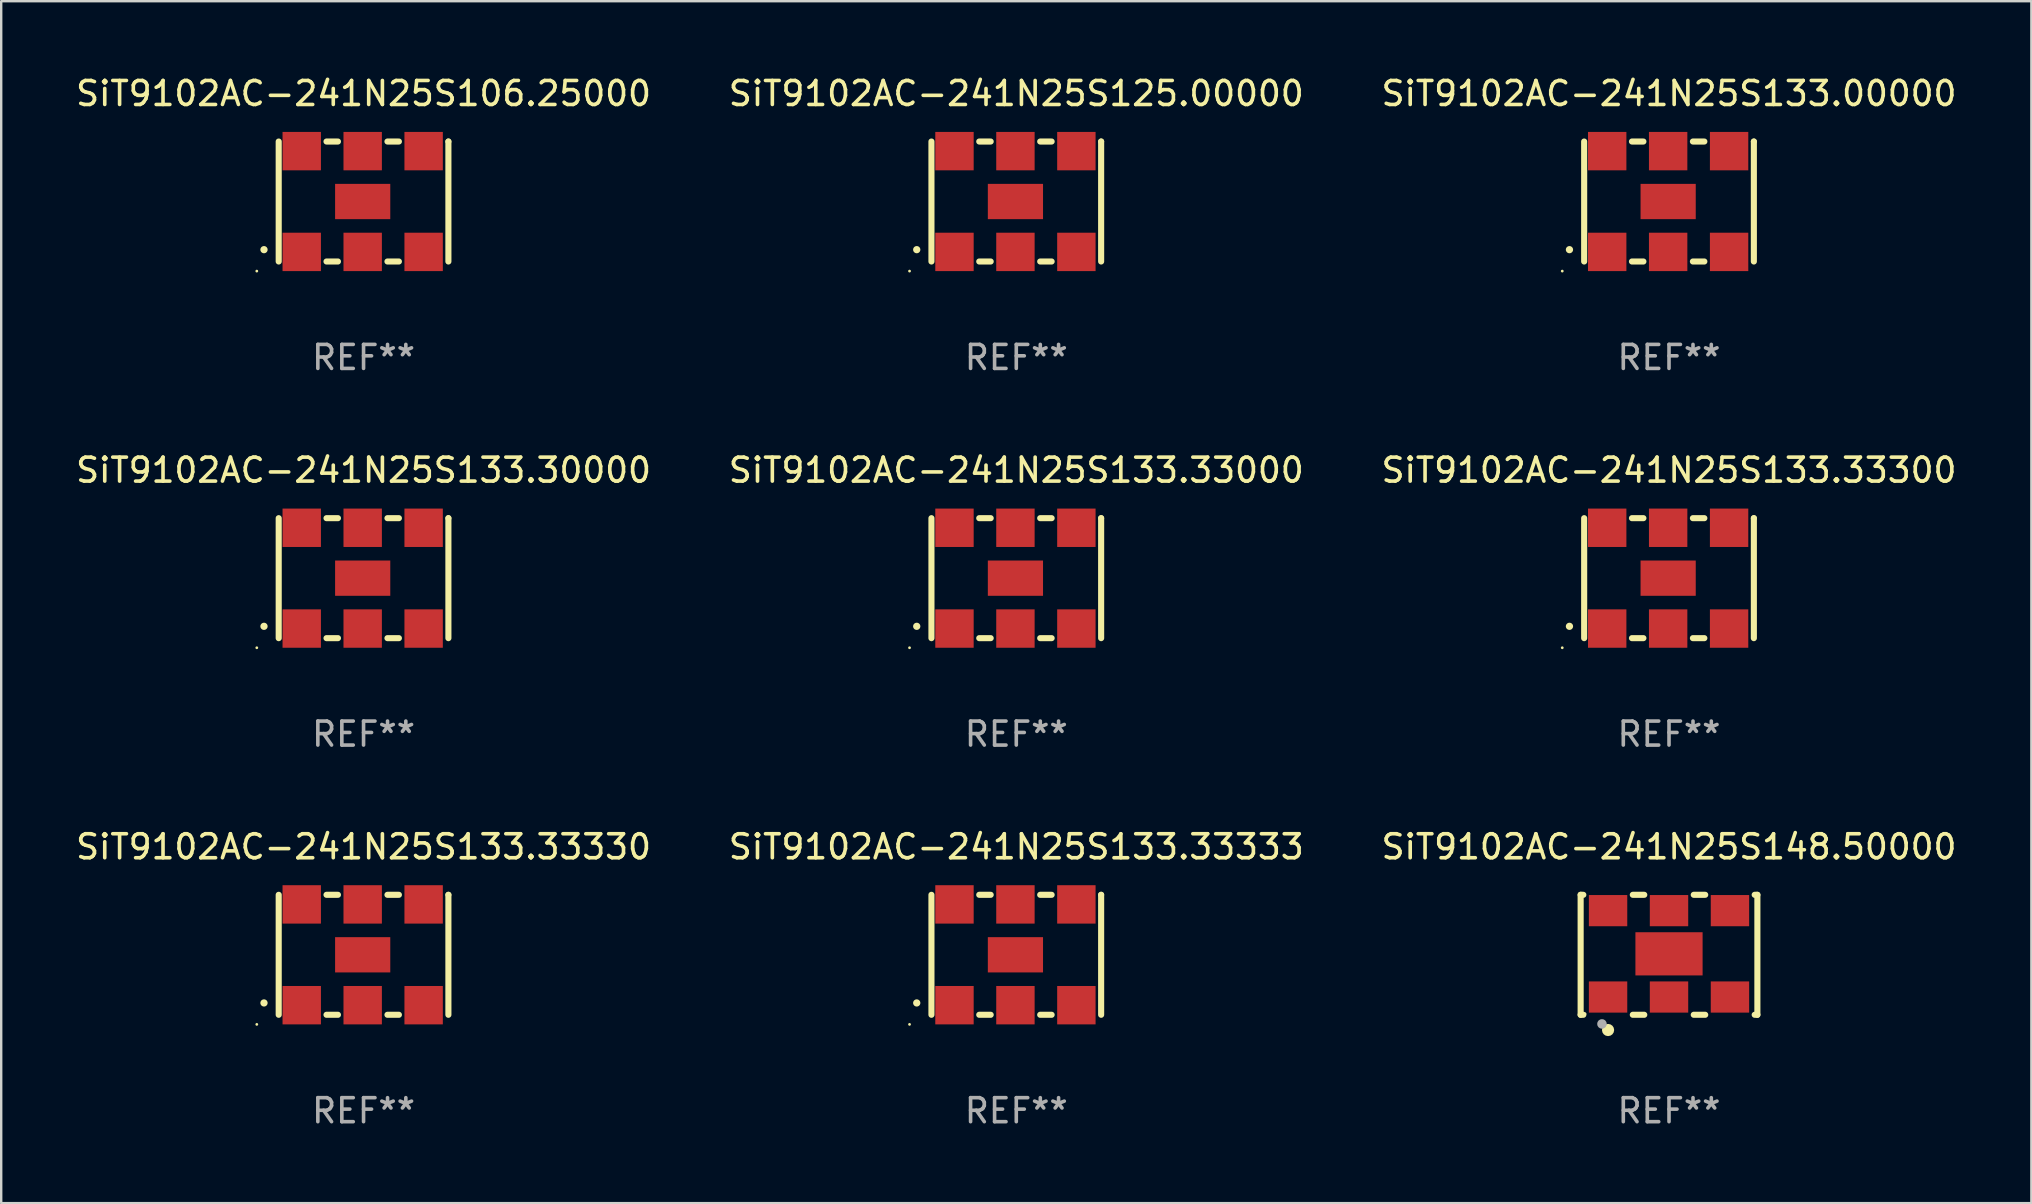
<source format=kicad_pcb>
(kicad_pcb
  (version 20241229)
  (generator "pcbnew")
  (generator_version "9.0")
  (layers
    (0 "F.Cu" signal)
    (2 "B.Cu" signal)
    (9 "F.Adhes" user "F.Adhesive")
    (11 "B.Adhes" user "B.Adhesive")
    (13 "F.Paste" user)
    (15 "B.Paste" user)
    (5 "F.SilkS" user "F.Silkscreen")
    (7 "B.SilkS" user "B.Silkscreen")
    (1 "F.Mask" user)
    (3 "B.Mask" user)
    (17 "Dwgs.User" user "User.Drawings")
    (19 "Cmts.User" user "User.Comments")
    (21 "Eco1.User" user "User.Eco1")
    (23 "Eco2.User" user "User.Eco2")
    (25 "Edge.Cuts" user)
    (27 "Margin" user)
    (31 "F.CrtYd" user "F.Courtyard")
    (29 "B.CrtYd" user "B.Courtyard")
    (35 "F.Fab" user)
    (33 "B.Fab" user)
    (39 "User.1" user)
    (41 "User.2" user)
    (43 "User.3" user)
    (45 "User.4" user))
  (footprint "SiT9102AC-241N25S133.33000"
    (layer "F.Cu")
    (at 39.304 21.045)
    (property "Reference" "SiT9102AC-241N25S133.33000" (at 0 -4.5 0) (layer "F.SilkS") (effects (font (size 1 1) (thickness 0.15))))
    (attr through_hole)
    (fp_line (start -3.536 -2.5) (end -3.536 2.5) (stroke (width 0.254) (type solid)) (layer "F.SilkS"))
    (fp_line (start -1.544 2.5) (end -1.067 2.5) (stroke (width 0.254) (type solid)) (layer "F.SilkS"))
    (fp_line (start -1.067 -2.5) (end -1.544 -2.5) (stroke (width 0.254) (type solid)) (layer "F.SilkS"))
    (fp_line (start 0.996 2.5) (end 1.473 2.5) (stroke (width 0.254) (type solid)) (layer "F.SilkS"))
    (fp_line (start 1.473 -2.5) (end 0.996 -2.5) (stroke (width 0.254) (type solid)) (layer "F.SilkS"))
    (fp_line (start 3.536 -2.5) (end 3.536 -2.5) (stroke (width 0.254) (type solid)) (layer "F.SilkS"))
    (fp_line (start 3.536 2.5) (end 3.536 -2.5) (stroke (width 0.254) (type solid)) (layer "F.SilkS"))
    (fp_arc (start -4.150432 2.006604) (mid -4.149162 2.006599) (end -4.147892 2.006604) (stroke (width 0.3) (type solid)) (layer "F.SilkS"))
    (fp_circle (center -4.449 2.9) (end -4.419 2.9) (stroke (width 0.06) (type solid)) (fill no) (layer "F.SilkS"))
    (fp_text user "REF**" (at 0 6.5 0) (layer "F.Fab") (effects (font (size 1 1) (thickness 0.15))))
    (pad "1" smd rect (at -2.576 2.1) (size 1.6 1.6) (layers "F.Cu" "F.Mask" "F.Paste"))
    (pad "2" smd rect (at -0.036 2.1) (size 1.6 1.6) (layers "F.Cu" "F.Mask" "F.Paste"))
    (pad "3" smd rect (at 2.504 2.1) (size 1.6 1.6) (layers "F.Cu" "F.Mask" "F.Paste"))
    (pad "4" smd rect (at 2.504 -2.1) (size 1.6 1.6) (layers "F.Cu" "F.Mask" "F.Paste"))
    (pad "5" smd rect (at -0.036 -2.1) (size 1.6 1.6) (layers "F.Cu" "F.Mask" "F.Paste"))
    (pad "6" smd rect (at -2.576 -2.1) (size 1.6 1.6) (layers "F.Cu" "F.Mask" "F.Paste"))
    (pad "7" smd rect (at -0.036 0) (size 2.3 1.47) (layers "F.Cu" "F.Mask" "F.Paste")))
  (footprint "SiT9102AC-241N25S133.33330"
    (layer "F.Cu")
    (at 12.101 36.741)
    (property "Reference" "SiT9102AC-241N25S133.33330" (at 0 -4.5 0) (layer "F.SilkS") (effects (font (size 1 1) (thickness 0.15))))
    (attr through_hole)
    (fp_line (start -3.536 -2.5) (end -3.536 2.5) (stroke (width 0.254) (type solid)) (layer "F.SilkS"))
    (fp_line (start -1.544 2.5) (end -1.067 2.5) (stroke (width 0.254) (type solid)) (layer "F.SilkS"))
    (fp_line (start -1.067 -2.5) (end -1.544 -2.5) (stroke (width 0.254) (type solid)) (layer "F.SilkS"))
    (fp_line (start 0.996 2.5) (end 1.473 2.5) (stroke (width 0.254) (type solid)) (layer "F.SilkS"))
    (fp_line (start 1.473 -2.5) (end 0.996 -2.5) (stroke (width 0.254) (type solid)) (layer "F.SilkS"))
    (fp_line (start 3.536 -2.5) (end 3.536 -2.5) (stroke (width 0.254) (type solid)) (layer "F.SilkS"))
    (fp_line (start 3.536 2.5) (end 3.536 -2.5) (stroke (width 0.254) (type solid)) (layer "F.SilkS"))
    (fp_arc (start -4.150432 2.006604) (mid -4.149162 2.006599) (end -4.147892 2.006604) (stroke (width 0.3) (type solid)) (layer "F.SilkS"))
    (fp_circle (center -4.449 2.9) (end -4.419 2.9) (stroke (width 0.06) (type solid)) (fill no) (layer "F.SilkS"))
    (fp_text user "REF**" (at 0 6.5 0) (layer "F.Fab") (effects (font (size 1 1) (thickness 0.15))))
    (pad "1" smd rect (at -2.576 2.1) (size 1.6 1.6) (layers "F.Cu" "F.Mask" "F.Paste"))
    (pad "2" smd rect (at -0.036 2.1) (size 1.6 1.6) (layers "F.Cu" "F.Mask" "F.Paste"))
    (pad "3" smd rect (at 2.504 2.1) (size 1.6 1.6) (layers "F.Cu" "F.Mask" "F.Paste"))
    (pad "4" smd rect (at 2.504 -2.1) (size 1.6 1.6) (layers "F.Cu" "F.Mask" "F.Paste"))
    (pad "5" smd rect (at -0.036 -2.1) (size 1.6 1.6) (layers "F.Cu" "F.Mask" "F.Paste"))
    (pad "6" smd rect (at -2.576 -2.1) (size 1.6 1.6) (layers "F.Cu" "F.Mask" "F.Paste"))
    (pad "7" smd rect (at -0.036 0) (size 2.3 1.47) (layers "F.Cu" "F.Mask" "F.Paste")))
  (footprint "SiT9102AC-241N25S133.00000"
    (layer "F.Cu")
    (at 66.506 5.348)
    (property "Reference" "SiT9102AC-241N25S133.00000" (at 0 -4.5 0) (layer "F.SilkS") (effects (font (size 1 1) (thickness 0.15))))
    (attr through_hole)
    (fp_line (start -3.536 -2.5) (end -3.536 2.5) (stroke (width 0.254) (type solid)) (layer "F.SilkS"))
    (fp_line (start -1.544 2.5) (end -1.067 2.5) (stroke (width 0.254) (type solid)) (layer "F.SilkS"))
    (fp_line (start -1.067 -2.5) (end -1.544 -2.5) (stroke (width 0.254) (type solid)) (layer "F.SilkS"))
    (fp_line (start 0.996 2.5) (end 1.473 2.5) (stroke (width 0.254) (type solid)) (layer "F.SilkS"))
    (fp_line (start 1.473 -2.5) (end 0.996 -2.5) (stroke (width 0.254) (type solid)) (layer "F.SilkS"))
    (fp_line (start 3.536 -2.5) (end 3.536 -2.5) (stroke (width 0.254) (type solid)) (layer "F.SilkS"))
    (fp_line (start 3.536 2.5) (end 3.536 -2.5) (stroke (width 0.254) (type solid)) (layer "F.SilkS"))
    (fp_arc (start -4.150432 2.006604) (mid -4.149162 2.006599) (end -4.147892 2.006604) (stroke (width 0.3) (type solid)) (layer "F.SilkS"))
    (fp_circle (center -4.449 2.9) (end -4.419 2.9) (stroke (width 0.06) (type solid)) (fill no) (layer "F.SilkS"))
    (fp_text user "REF**" (at 0 6.5 0) (layer "F.Fab") (effects (font (size 1 1) (thickness 0.15))))
    (pad "1" smd rect (at -2.576 2.1) (size 1.6 1.6) (layers "F.Cu" "F.Mask" "F.Paste"))
    (pad "2" smd rect (at -0.036 2.1) (size 1.6 1.6) (layers "F.Cu" "F.Mask" "F.Paste"))
    (pad "3" smd rect (at 2.504 2.1) (size 1.6 1.6) (layers "F.Cu" "F.Mask" "F.Paste"))
    (pad "4" smd rect (at 2.504 -2.1) (size 1.6 1.6) (layers "F.Cu" "F.Mask" "F.Paste"))
    (pad "5" smd rect (at -0.036 -2.1) (size 1.6 1.6) (layers "F.Cu" "F.Mask" "F.Paste"))
    (pad "6" smd rect (at -2.576 -2.1) (size 1.6 1.6) (layers "F.Cu" "F.Mask" "F.Paste"))
    (pad "7" smd rect (at -0.036 0) (size 2.3 1.47) (layers "F.Cu" "F.Mask" "F.Paste")))
  (footprint "SiT9102AC-241N25S133.30000"
    (layer "F.Cu")
    (at 12.101 21.045)
    (property "Reference" "SiT9102AC-241N25S133.30000" (at 0 -4.5 0) (layer "F.SilkS") (effects (font (size 1 1) (thickness 0.15))))
    (attr through_hole)
    (fp_line (start -3.536 -2.5) (end -3.536 2.5) (stroke (width 0.254) (type solid)) (layer "F.SilkS"))
    (fp_line (start -1.544 2.5) (end -1.067 2.5) (stroke (width 0.254) (type solid)) (layer "F.SilkS"))
    (fp_line (start -1.067 -2.5) (end -1.544 -2.5) (stroke (width 0.254) (type solid)) (layer "F.SilkS"))
    (fp_line (start 0.996 2.5) (end 1.473 2.5) (stroke (width 0.254) (type solid)) (layer "F.SilkS"))
    (fp_line (start 1.473 -2.5) (end 0.996 -2.5) (stroke (width 0.254) (type solid)) (layer "F.SilkS"))
    (fp_line (start 3.536 -2.5) (end 3.536 -2.5) (stroke (width 0.254) (type solid)) (layer "F.SilkS"))
    (fp_line (start 3.536 2.5) (end 3.536 -2.5) (stroke (width 0.254) (type solid)) (layer "F.SilkS"))
    (fp_arc (start -4.150432 2.006604) (mid -4.149162 2.006599) (end -4.147892 2.006604) (stroke (width 0.3) (type solid)) (layer "F.SilkS"))
    (fp_circle (center -4.449 2.9) (end -4.419 2.9) (stroke (width 0.06) (type solid)) (fill no) (layer "F.SilkS"))
    (fp_text user "REF**" (at 0 6.5 0) (layer "F.Fab") (effects (font (size 1 1) (thickness 0.15))))
    (pad "1" smd rect (at -2.576 2.1) (size 1.6 1.6) (layers "F.Cu" "F.Mask" "F.Paste"))
    (pad "2" smd rect (at -0.036 2.1) (size 1.6 1.6) (layers "F.Cu" "F.Mask" "F.Paste"))
    (pad "3" smd rect (at 2.504 2.1) (size 1.6 1.6) (layers "F.Cu" "F.Mask" "F.Paste"))
    (pad "4" smd rect (at 2.504 -2.1) (size 1.6 1.6) (layers "F.Cu" "F.Mask" "F.Paste"))
    (pad "5" smd rect (at -0.036 -2.1) (size 1.6 1.6) (layers "F.Cu" "F.Mask" "F.Paste"))
    (pad "6" smd rect (at -2.576 -2.1) (size 1.6 1.6) (layers "F.Cu" "F.Mask" "F.Paste"))
    (pad "7" smd rect (at -0.036 0) (size 2.3 1.47) (layers "F.Cu" "F.Mask" "F.Paste")))
  (footprint "SiT9102AC-241N25S106.25000"
    (layer "F.Cu")
    (at 12.101 5.348)
    (property "Reference" "SiT9102AC-241N25S106.25000" (at 0 -4.5 0) (layer "F.SilkS") (effects (font (size 1 1) (thickness 0.15))))
    (attr through_hole)
    (fp_line (start -3.536 -2.5) (end -3.536 2.5) (stroke (width 0.254) (type solid)) (layer "F.SilkS"))
    (fp_line (start -1.544 2.5) (end -1.067 2.5) (stroke (width 0.254) (type solid)) (layer "F.SilkS"))
    (fp_line (start -1.067 -2.5) (end -1.544 -2.5) (stroke (width 0.254) (type solid)) (layer "F.SilkS"))
    (fp_line (start 0.996 2.5) (end 1.473 2.5) (stroke (width 0.254) (type solid)) (layer "F.SilkS"))
    (fp_line (start 1.473 -2.5) (end 0.996 -2.5) (stroke (width 0.254) (type solid)) (layer "F.SilkS"))
    (fp_line (start 3.536 -2.5) (end 3.536 -2.5) (stroke (width 0.254) (type solid)) (layer "F.SilkS"))
    (fp_line (start 3.536 2.5) (end 3.536 -2.5) (stroke (width 0.254) (type solid)) (layer "F.SilkS"))
    (fp_arc (start -4.150432 2.006604) (mid -4.149162 2.006599) (end -4.147892 2.006604) (stroke (width 0.3) (type solid)) (layer "F.SilkS"))
    (fp_circle (center -4.449 2.9) (end -4.419 2.9) (stroke (width 0.06) (type solid)) (fill no) (layer "F.SilkS"))
    (fp_text user "REF**" (at 0 6.5 0) (layer "F.Fab") (effects (font (size 1 1) (thickness 0.15))))
    (pad "1" smd rect (at -2.576 2.1) (size 1.6 1.6) (layers "F.Cu" "F.Mask" "F.Paste"))
    (pad "2" smd rect (at -0.036 2.1) (size 1.6 1.6) (layers "F.Cu" "F.Mask" "F.Paste"))
    (pad "3" smd rect (at 2.504 2.1) (size 1.6 1.6) (layers "F.Cu" "F.Mask" "F.Paste"))
    (pad "4" smd rect (at 2.504 -2.1) (size 1.6 1.6) (layers "F.Cu" "F.Mask" "F.Paste"))
    (pad "5" smd rect (at -0.036 -2.1) (size 1.6 1.6) (layers "F.Cu" "F.Mask" "F.Paste"))
    (pad "6" smd rect (at -2.576 -2.1) (size 1.6 1.6) (layers "F.Cu" "F.Mask" "F.Paste"))
    (pad "7" smd rect (at -0.036 0) (size 2.3 1.47) (layers "F.Cu" "F.Mask" "F.Paste")))
  (footprint "SiT9102AC-241N25S125.00000"
    (layer "F.Cu")
    (at 39.304 5.348)
    (property "Reference" "SiT9102AC-241N25S125.00000" (at 0 -4.5 0) (layer "F.SilkS") (effects (font (size 1 1) (thickness 0.15))))
    (attr through_hole)
    (fp_line (start -3.536 -2.5) (end -3.536 2.5) (stroke (width 0.254) (type solid)) (layer "F.SilkS"))
    (fp_line (start -1.544 2.5) (end -1.067 2.5) (stroke (width 0.254) (type solid)) (layer "F.SilkS"))
    (fp_line (start -1.067 -2.5) (end -1.544 -2.5) (stroke (width 0.254) (type solid)) (layer "F.SilkS"))
    (fp_line (start 0.996 2.5) (end 1.473 2.5) (stroke (width 0.254) (type solid)) (layer "F.SilkS"))
    (fp_line (start 1.473 -2.5) (end 0.996 -2.5) (stroke (width 0.254) (type solid)) (layer "F.SilkS"))
    (fp_line (start 3.536 -2.5) (end 3.536 -2.5) (stroke (width 0.254) (type solid)) (layer "F.SilkS"))
    (fp_line (start 3.536 2.5) (end 3.536 -2.5) (stroke (width 0.254) (type solid)) (layer "F.SilkS"))
    (fp_arc (start -4.150432 2.006604) (mid -4.149162 2.006599) (end -4.147892 2.006604) (stroke (width 0.3) (type solid)) (layer "F.SilkS"))
    (fp_circle (center -4.449 2.9) (end -4.419 2.9) (stroke (width 0.06) (type solid)) (fill no) (layer "F.SilkS"))
    (fp_text user "REF**" (at 0 6.5 0) (layer "F.Fab") (effects (font (size 1 1) (thickness 0.15))))
    (pad "1" smd rect (at -2.576 2.1) (size 1.6 1.6) (layers "F.Cu" "F.Mask" "F.Paste"))
    (pad "2" smd rect (at -0.036 2.1) (size 1.6 1.6) (layers "F.Cu" "F.Mask" "F.Paste"))
    (pad "3" smd rect (at 2.504 2.1) (size 1.6 1.6) (layers "F.Cu" "F.Mask" "F.Paste"))
    (pad "4" smd rect (at 2.504 -2.1) (size 1.6 1.6) (layers "F.Cu" "F.Mask" "F.Paste"))
    (pad "5" smd rect (at -0.036 -2.1) (size 1.6 1.6) (layers "F.Cu" "F.Mask" "F.Paste"))
    (pad "6" smd rect (at -2.576 -2.1) (size 1.6 1.6) (layers "F.Cu" "F.Mask" "F.Paste"))
    (pad "7" smd rect (at -0.036 0) (size 2.3 1.47) (layers "F.Cu" "F.Mask" "F.Paste")))
  (footprint "SiT9102AC-241N25S148.50000"
    (layer "F.Cu")
    (at 66.506 36.741)
    (property "Reference" "SiT9102AC-241N25S148.50000" (at 0 -4.5 0) (layer "F.SilkS") (effects (font (size 1 1) (thickness 0.15))))
    (attr through_hole)
    (fp_line (start -3.683 -2.5) (end -3.571 -2.5) (stroke (width 0.254) (type solid)) (layer "F.SilkS"))
    (fp_line (start -3.683 2.5) (end -3.683 -2.5) (stroke (width 0.254) (type solid)) (layer "F.SilkS"))
    (fp_line (start -3.683 2.5) (end -3.571 2.5) (stroke (width 0.254) (type solid)) (layer "F.SilkS"))
    (fp_line (start -1.509 -2.5) (end -1.031 -2.5) (stroke (width 0.254) (type solid)) (layer "F.SilkS"))
    (fp_line (start -1.509 2.5) (end -1.031 2.5) (stroke (width 0.254) (type solid)) (layer "F.SilkS"))
    (fp_line (start 1.031 -2.5) (end 1.509 -2.5) (stroke (width 0.254) (type solid)) (layer "F.SilkS"))
    (fp_line (start 1.031 2.5) (end 1.509 2.5) (stroke (width 0.254) (type solid)) (layer "F.SilkS"))
    (fp_line (start 3.571 -2.5) (end 3.683 -2.5) (stroke (width 0.254) (type solid)) (layer "F.SilkS"))
    (fp_line (start 3.571 2.5) (end 3.683 2.5) (stroke (width 0.254) (type solid)) (layer "F.SilkS"))
    (fp_line (start 3.683 2.5) (end 3.683 -2.5) (stroke (width 0.254) (type solid)) (layer "F.SilkS"))
    (fp_circle (center -3.5 2.46) (end -3.47 2.46) (stroke (width 0.06) (type solid)) (fill no) (layer "F.SilkS"))
    (fp_circle (center -2.54 3.135) (end -2.413 3.135) (stroke (width 0.254) (type solid)) (fill no) (layer "F.SilkS"))
    (fp_circle (center -2.794 2.881) (end -2.694 2.881) (stroke (width 0.2) (type solid)) (fill no) (layer "F.Fab"))
    (fp_text user "REF**" (at 0 6.5 0) (layer "F.Fab") (effects (font (size 1 1) (thickness 0.15))))
    (pad "1" smd rect (at -2.54 1.76) (size 1.6 1.3) (layers "F.Cu" "F.Mask" "F.Paste"))
    (pad "2" smd rect (at 0 1.76) (size 1.6 1.3) (layers "F.Cu" "F.Mask" "F.Paste"))
    (pad "3" smd rect (at 2.54 1.76) (size 1.6 1.3) (layers "F.Cu" "F.Mask" "F.Paste"))
    (pad "4" smd rect (at 2.54 -1.84) (size 1.6 1.3) (layers "F.Cu" "F.Mask" "F.Paste"))
    (pad "5" smd rect (at 0 -1.84) (size 1.6 1.3) (layers "F.Cu" "F.Mask" "F.Paste"))
    (pad "6" smd rect (at -2.54 -1.84) (size 1.6 1.3) (layers "F.Cu" "F.Mask" "F.Paste"))
    (pad "7" smd rect (at 0 -0.04) (size 2.8 1.8) (layers "F.Cu" "F.Mask" "F.Paste")))
  (footprint "SiT9102AC-241N25S133.33300"
    (layer "F.Cu")
    (at 66.506 21.045)
    (property "Reference" "SiT9102AC-241N25S133.33300" (at 0 -4.5 0) (layer "F.SilkS") (effects (font (size 1 1) (thickness 0.15))))
    (attr through_hole)
    (fp_line (start -3.536 -2.5) (end -3.536 2.5) (stroke (width 0.254) (type solid)) (layer "F.SilkS"))
    (fp_line (start -1.544 2.5) (end -1.067 2.5) (stroke (width 0.254) (type solid)) (layer "F.SilkS"))
    (fp_line (start -1.067 -2.5) (end -1.544 -2.5) (stroke (width 0.254) (type solid)) (layer "F.SilkS"))
    (fp_line (start 0.996 2.5) (end 1.473 2.5) (stroke (width 0.254) (type solid)) (layer "F.SilkS"))
    (fp_line (start 1.473 -2.5) (end 0.996 -2.5) (stroke (width 0.254) (type solid)) (layer "F.SilkS"))
    (fp_line (start 3.536 -2.5) (end 3.536 -2.5) (stroke (width 0.254) (type solid)) (layer "F.SilkS"))
    (fp_line (start 3.536 2.5) (end 3.536 -2.5) (stroke (width 0.254) (type solid)) (layer "F.SilkS"))
    (fp_arc (start -4.150432 2.006604) (mid -4.149162 2.006599) (end -4.147892 2.006604) (stroke (width 0.3) (type solid)) (layer "F.SilkS"))
    (fp_circle (center -4.449 2.9) (end -4.419 2.9) (stroke (width 0.06) (type solid)) (fill no) (layer "F.SilkS"))
    (fp_text user "REF**" (at 0 6.5 0) (layer "F.Fab") (effects (font (size 1 1) (thickness 0.15))))
    (pad "1" smd rect (at -2.576 2.1) (size 1.6 1.6) (layers "F.Cu" "F.Mask" "F.Paste"))
    (pad "2" smd rect (at -0.036 2.1) (size 1.6 1.6) (layers "F.Cu" "F.Mask" "F.Paste"))
    (pad "3" smd rect (at 2.504 2.1) (size 1.6 1.6) (layers "F.Cu" "F.Mask" "F.Paste"))
    (pad "4" smd rect (at 2.504 -2.1) (size 1.6 1.6) (layers "F.Cu" "F.Mask" "F.Paste"))
    (pad "5" smd rect (at -0.036 -2.1) (size 1.6 1.6) (layers "F.Cu" "F.Mask" "F.Paste"))
    (pad "6" smd rect (at -2.576 -2.1) (size 1.6 1.6) (layers "F.Cu" "F.Mask" "F.Paste"))
    (pad "7" smd rect (at -0.036 0) (size 2.3 1.47) (layers "F.Cu" "F.Mask" "F.Paste")))
  (footprint "SiT9102AC-241N25S133.33333"
    (layer "F.Cu")
    (at 39.304 36.741)
    (property "Reference" "SiT9102AC-241N25S133.33333" (at 0 -4.5 0) (layer "F.SilkS") (effects (font (size 1 1) (thickness 0.15))))
    (attr through_hole)
    (fp_line (start -3.536 -2.5) (end -3.536 2.5) (stroke (width 0.254) (type solid)) (layer "F.SilkS"))
    (fp_line (start -1.544 2.5) (end -1.067 2.5) (stroke (width 0.254) (type solid)) (layer "F.SilkS"))
    (fp_line (start -1.067 -2.5) (end -1.544 -2.5) (stroke (width 0.254) (type solid)) (layer "F.SilkS"))
    (fp_line (start 0.996 2.5) (end 1.473 2.5) (stroke (width 0.254) (type solid)) (layer "F.SilkS"))
    (fp_line (start 1.473 -2.5) (end 0.996 -2.5) (stroke (width 0.254) (type solid)) (layer "F.SilkS"))
    (fp_line (start 3.536 -2.5) (end 3.536 -2.5) (stroke (width 0.254) (type solid)) (layer "F.SilkS"))
    (fp_line (start 3.536 2.5) (end 3.536 -2.5) (stroke (width 0.254) (type solid)) (layer "F.SilkS"))
    (fp_arc (start -4.150432 2.006604) (mid -4.149162 2.006599) (end -4.147892 2.006604) (stroke (width 0.3) (type solid)) (layer "F.SilkS"))
    (fp_circle (center -4.449 2.9) (end -4.419 2.9) (stroke (width 0.06) (type solid)) (fill no) (layer "F.SilkS"))
    (fp_text user "REF**" (at 0 6.5 0) (layer "F.Fab") (effects (font (size 1 1) (thickness 0.15))))
    (pad "1" smd rect (at -2.576 2.1) (size 1.6 1.6) (layers "F.Cu" "F.Mask" "F.Paste"))
    (pad "2" smd rect (at -0.036 2.1) (size 1.6 1.6) (layers "F.Cu" "F.Mask" "F.Paste"))
    (pad "3" smd rect (at 2.504 2.1) (size 1.6 1.6) (layers "F.Cu" "F.Mask" "F.Paste"))
    (pad "4" smd rect (at 2.504 -2.1) (size 1.6 1.6) (layers "F.Cu" "F.Mask" "F.Paste"))
    (pad "5" smd rect (at -0.036 -2.1) (size 1.6 1.6) (layers "F.Cu" "F.Mask" "F.Paste"))
    (pad "6" smd rect (at -2.576 -2.1) (size 1.6 1.6) (layers "F.Cu" "F.Mask" "F.Paste"))
    (pad "7" smd rect (at -0.036 0) (size 2.3 1.47) (layers "F.Cu" "F.Mask" "F.Paste")))
  (gr_rect
    (start -3 -3)
    (end 81.607 47.09)
    (stroke (width 0.1) (type default))
    (fill no)
    (layer "Edge.Cuts")))
</source>
